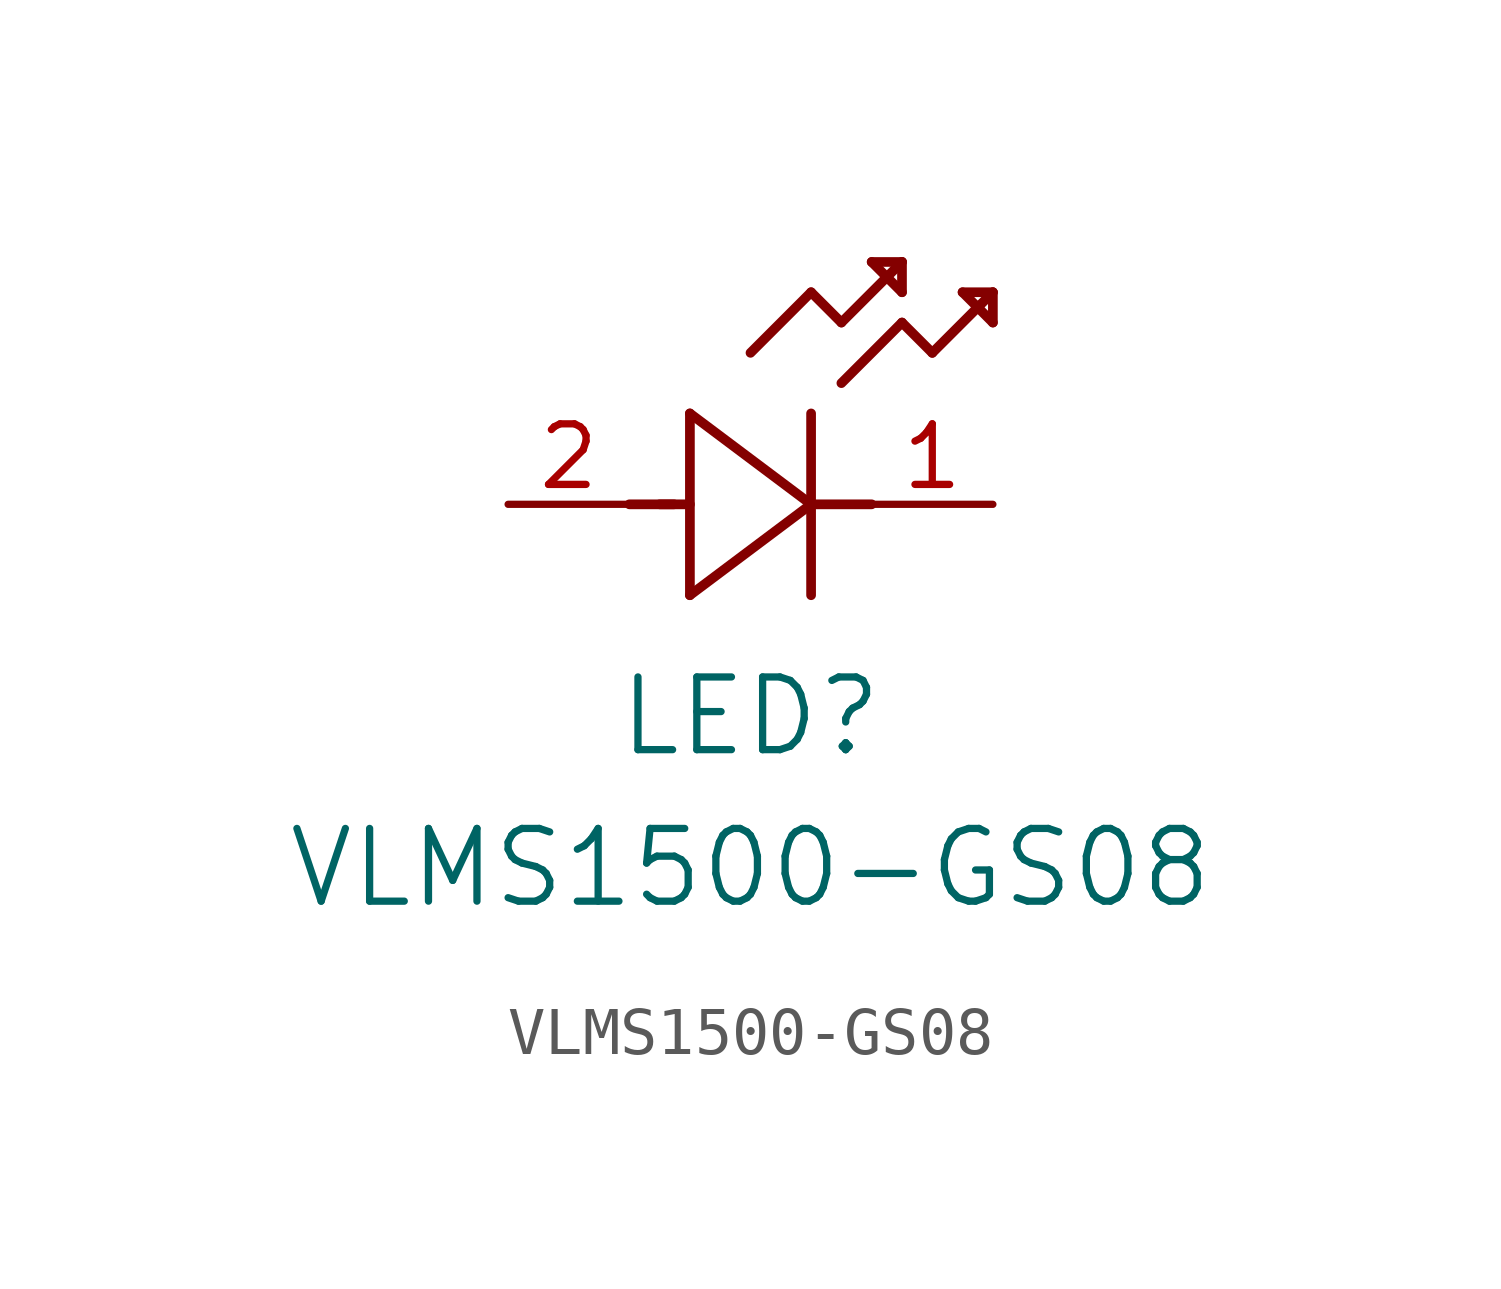
<source format=kicad_sym>
(kicad_symbol_lib
  (version 20211014)
  (generator kicad_symbol_editor)
  (symbol "VLMS1500-GS08"
    (pin_names
      (offset 0.254))
    (property "Reference" "LED"
      (at 5.08 -4.445 0)
      (effects (font (size 1.524 1.524))))
    (property "Value" "VLMS1500-GS08"
      (at 5.08 -7.62 0)
      (effects (font (size 1.524 1.524))))
    (symbol "VLMS1500-GS08_0_1"
      (polyline (pts (xy 2.54 0) (xy 3.48 0)) (stroke (width 0.203) (type default) (color 0 0 0 0)) (fill (type none)))
      (polyline (pts (xy 3.81 1.905) (xy 3.81 -1.905)) (stroke (width 0.203) (type default) (color 0 0 0 0)) (fill (type none)))
      (polyline (pts (xy 3.175 0) (xy 3.81 0)) (stroke (width 0.203) (type default) (color 0 0 0 0)) (fill (type none)))
      (polyline (pts (xy 6.35 -1.905) (xy 6.35 1.905)) (stroke (width 0.203) (type default) (color 0 0 0 0)) (fill (type none)))
      (polyline (pts (xy 6.35 0) (xy 7.62 0)) (stroke (width 0.203) (type default) (color 0 0 0 0)) (fill (type none)))
      (polyline (pts (xy 6.35 4.445) (xy 6.985 3.81)) (stroke (width 0.203) (type default) (color 0 0 0 0)) (fill (type none)))
      (polyline (pts (xy 6.985 3.81) (xy 8.255 5.08)) (stroke (width 0.203) (type default) (color 0 0 0 0)) (fill (type none)))
      (polyline (pts (xy 8.255 3.81) (xy 8.89 3.175)) (stroke (width 0.203) (type default) (color 0 0 0 0)) (fill (type none)))
      (polyline (pts (xy 8.89 3.175) (xy 10.16 4.445)) (stroke (width 0.203) (type default) (color 0 0 0 0)) (fill (type none)))
      (polyline (pts (xy 8.255 5.08) (xy 7.62 5.08)) (stroke (width 0.203) (type default) (color 0 0 0 0)) (fill (type none)))
      (polyline (pts (xy 7.62 5.08) (xy 8.255 4.445)) (stroke (width 0.203) (type default) (color 0 0 0 0)) (fill (type none)))
      (polyline (pts (xy 8.255 4.445) (xy 8.255 5.08)) (stroke (width 0.203) (type default) (color 0 0 0 0)) (fill (type none)))
      (polyline (pts (xy 10.16 4.445) (xy 9.525 4.445)) (stroke (width 0.203) (type default) (color 0 0 0 0)) (fill (type none)))
      (polyline (pts (xy 9.525 4.445) (xy 10.16 3.81)) (stroke (width 0.203) (type default) (color 0 0 0 0)) (fill (type none)))
      (polyline (pts (xy 10.16 3.81) (xy 10.16 4.445)) (stroke (width 0.203) (type default) (color 0 0 0 0)) (fill (type none)))
      (polyline (pts (xy 6.985 2.54) (xy 8.255 3.81)) (stroke (width 0.203) (type default) (color 0 0 0 0)) (fill (type none)))
      (polyline (pts (xy 6.35 0) (xy 3.81 1.905)) (stroke (width 0.203) (type default) (color 0 0 0 0)) (fill (type none)))
      (polyline (pts (xy 3.81 -1.905) (xy 6.35 0)) (stroke (width 0.203) (type default) (color 0 0 0 0)) (fill (type none)))
      (polyline (pts (xy 5.08 3.175) (xy 6.35 4.445)) (stroke (width 0.203) (type default) (color 0 0 0 0)) (fill (type none)))
      (pin passive line (at 10.16 0 180) (length 2.54) (name "" (effects (font (size 1.27 1.27)))) (number "1" (effects (font (size 1.27 1.27)))))
      (pin passive line (at 0 0 0) (length 2.54) (name "" (effects (font (size 1.27 1.27)))) (number "2" (effects (font (size 1.27 1.27))))))))
</source>
